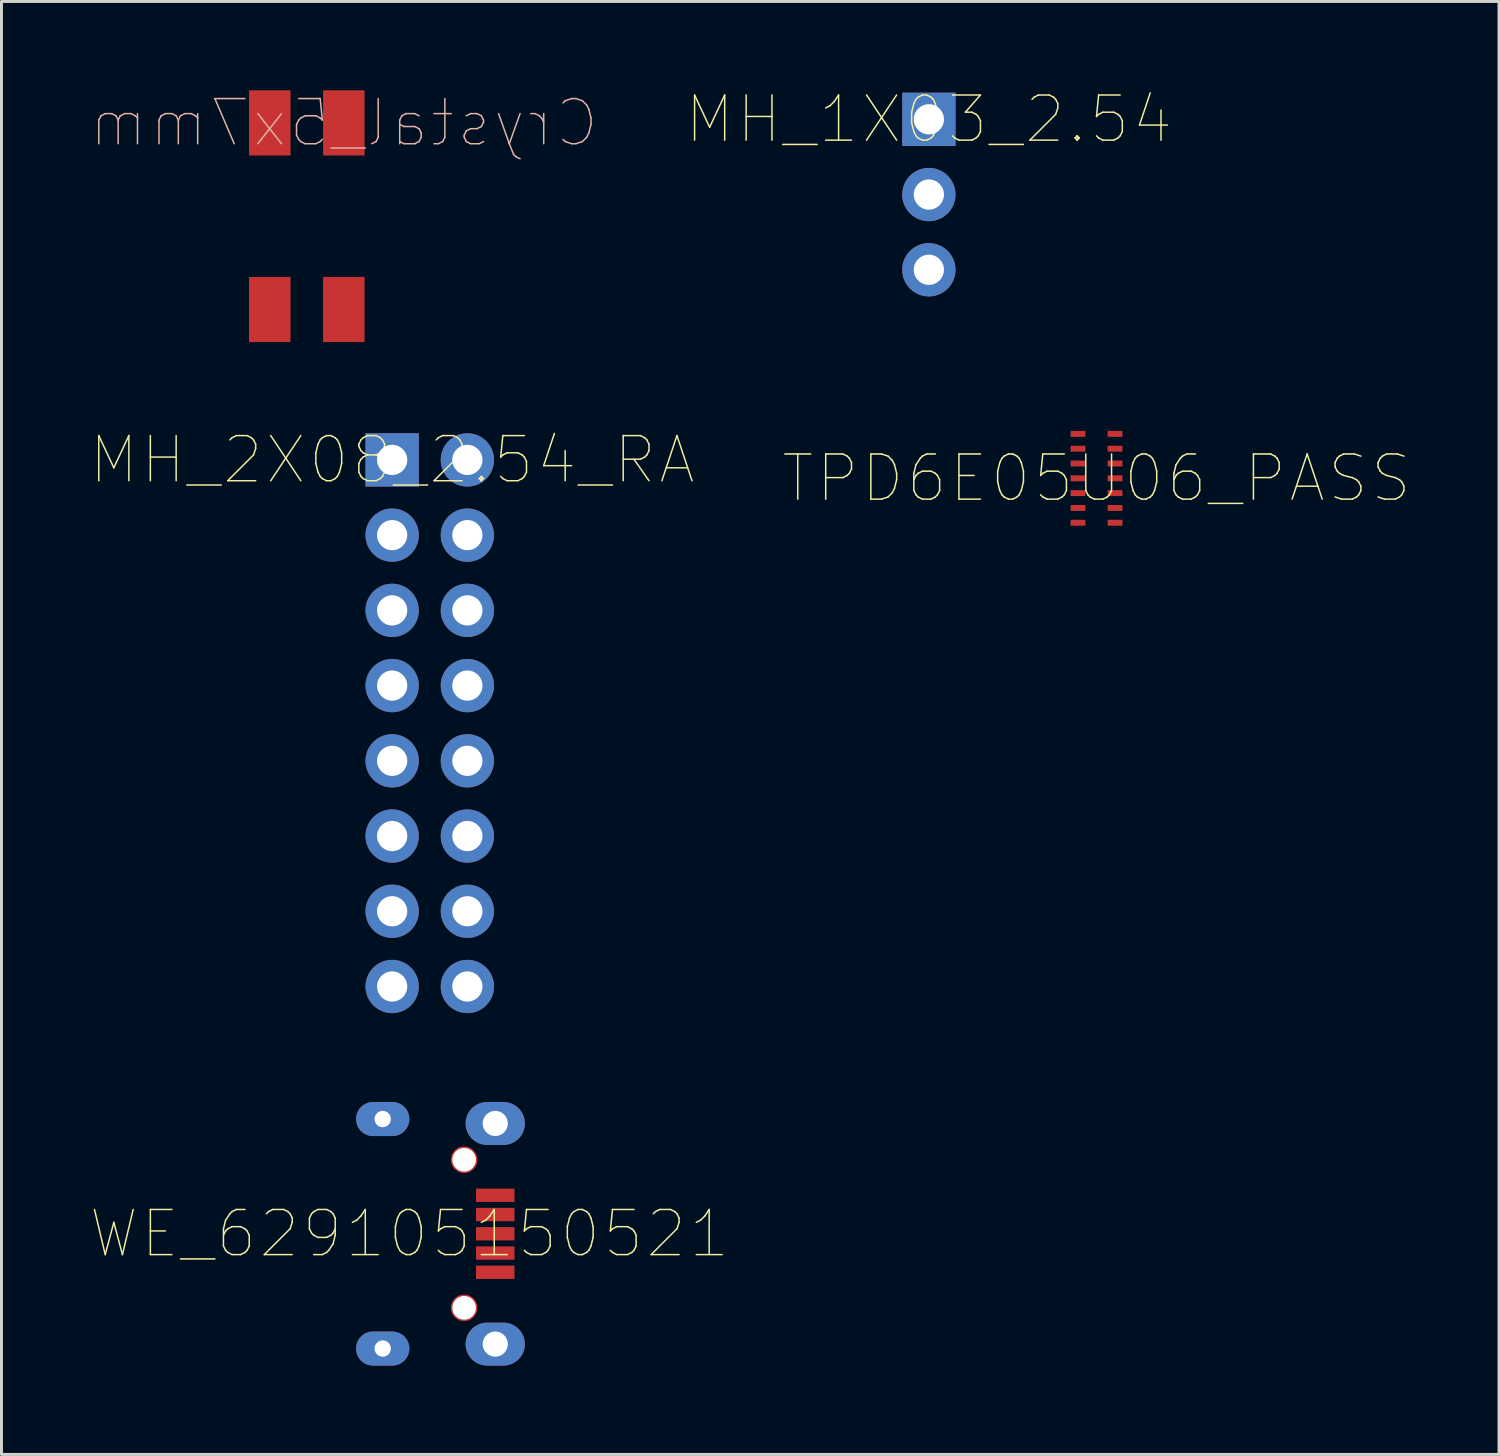
<source format=kicad_pcb>
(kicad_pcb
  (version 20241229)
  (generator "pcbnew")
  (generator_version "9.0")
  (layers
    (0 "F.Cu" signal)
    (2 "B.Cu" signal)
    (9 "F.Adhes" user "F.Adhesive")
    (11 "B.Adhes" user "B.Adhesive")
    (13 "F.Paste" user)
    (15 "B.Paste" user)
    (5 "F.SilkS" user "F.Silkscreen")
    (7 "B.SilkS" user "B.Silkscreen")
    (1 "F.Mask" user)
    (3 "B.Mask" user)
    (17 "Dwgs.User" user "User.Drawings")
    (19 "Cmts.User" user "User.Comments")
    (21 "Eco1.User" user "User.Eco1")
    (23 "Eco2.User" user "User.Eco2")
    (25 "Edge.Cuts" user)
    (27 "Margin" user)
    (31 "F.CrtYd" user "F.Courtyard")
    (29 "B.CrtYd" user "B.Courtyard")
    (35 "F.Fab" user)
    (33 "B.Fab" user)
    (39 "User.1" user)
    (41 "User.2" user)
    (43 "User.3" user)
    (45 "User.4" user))
  (footprint "TPD6E05U06_PASS"
    (layer "F.Cu")
    (at 33.974 13.1)
    (property "Reference" "TPD6E05U06_PASS" (at 0 0 0) (layer "F.SilkS") (effects (font (size 1.524 1.524) (thickness 0.05))))
    (attr smd)
    (pad "5" smd rect (at 0.625 -0.5 90) (size 0.2 0.5) (layers "F.Cu" "F.Mask" "F.Paste"))
    (pad "8" smd rect (at -0.625 -1.5 90) (size 0.2 0.5) (layers "F.Cu" "F.Mask" "F.Paste"))
    (pad "8" smd rect (at 0.625 -1.5 90) (size 0.2 0.5) (layers "F.Cu" "F.Mask" "F.Paste"))
    (pad "9" smd rect (at -0.625 -1 90) (size 0.2 0.5) (layers "F.Cu" "F.Mask" "F.Paste"))
    (pad "9" smd rect (at 0.625 -1 90) (size 0.2 0.5) (layers "F.Cu" "F.Mask" "F.Paste"))
    (pad "10" smd rect (at -0.625 -0.5 90) (size 0.2 0.5) (layers "F.Cu" "F.Mask" "F.Paste"))
    (pad "11" smd rect (at -0.625 0 90) (size 0.2 0.5) (layers "F.Cu" "F.Mask" "F.Paste"))
    (pad "11" smd rect (at 0.625 0 90) (size 0.2 0.5) (layers "F.Cu" "F.Mask" "F.Paste"))
    (pad "12" smd rect (at -0.625 0.5 90) (size 0.2 0.5) (layers "F.Cu" "F.Mask" "F.Paste"))
    (pad "12" smd rect (at 0.625 0.5 90) (size 0.2 0.5) (layers "F.Cu" "F.Mask" "F.Paste"))
    (pad "13" smd rect (at -0.625 1 90) (size 0.2 0.5) (layers "F.Cu" "F.Mask" "F.Paste"))
    (pad "13" smd rect (at 0.625 1 90) (size 0.2 0.5) (layers "F.Cu" "F.Mask" "F.Paste"))
    (pad "14" smd rect (at -0.625 1.5 90) (size 0.2 0.5) (layers "F.Cu" "F.Mask" "F.Paste"))
    (pad "14" smd rect (at 0.625 1.5 90) (size 0.2 0.5) (layers "F.Cu" "F.Mask" "F.Paste")))
  (footprint "WE_629105150521"
    (layer "F.Cu")
    (at 10.772 38.609)
    (property "Reference" "WE_629105150521" (at 0 0 0) (layer "F.SilkS") (effects (font (size 1.524 1.524) (thickness 0.05))))
    (attr smd)
    (pad "" np_thru_hole circle (at 1.85 -2.5 270) (size 0.9 0.9) (drill 0.8) (layers "*.Mask" "F.Cu"))
    (pad "" np_thru_hole circle (at 1.85 2.5 270) (size 0.9 0.9) (drill 0.8) (layers "*.Mask" "F.Cu"))
    (pad "1" smd rect (at 2.9 -1.3 270) (size 0.45 1.3) (layers "F.Cu" "F.Mask" "F.Paste"))
    (pad "2" smd rect (at 2.9 -0.65 270) (size 0.45 1.3) (layers "F.Cu" "F.Mask" "F.Paste"))
    (pad "3" smd rect (at 2.9 0 270) (size 0.45 1.3) (layers "F.Cu" "F.Mask" "F.Paste"))
    (pad "4" smd rect (at 2.9 0.65 270) (size 0.45 1.3) (layers "F.Cu" "F.Mask" "F.Paste"))
    (pad "5" smd rect (at 2.9 1.3 270) (size 0.45 1.3) (layers "F.Cu" "F.Mask" "F.Paste"))
    (pad "S" thru_hole oval (at -0.9 -3.875 270) (size 1.15 1.8) (drill 0.55) (layers "*.Cu" "*.Mask"))
    (pad "S" thru_hole oval (at -0.9 3.875 270) (size 1.15 1.8) (drill 0.55) (layers "*.Cu" "*.Mask"))
    (pad "S" thru_hole oval (at 2.9 -3.725 270) (size 1.45 2) (drill 0.85) (layers "*.Cu" "*.Mask"))
    (pad "S" thru_hole oval (at 2.9 3.725 270) (size 1.45 2) (drill 0.85) (layers "*.Cu" "*.Mask")))
  (footprint "Crystal_5x7mm"
    (layer "F.Cu")
    (at 8.559 1.1)
    (property "Reference" "Crystal_5x7mm" (at 0 0 0) (layer "B.SilkS") (effects (font (size 1.524 1.524) (thickness 0.05)) (justify mirror)))
    (attr smd)
    (pad "1" smd rect (at -2.5 0 270) (size 2.2 1.4) (layers "F.Cu" "F.Mask" "F.Paste"))
    (pad "2" smd rect (at -2.5 6.3 270) (size 2.2 1.4) (layers "F.Cu" "F.Mask" "F.Paste"))
    (pad "3" smd rect (at 0 6.3 270) (size 2.2 1.4) (layers "F.Cu" "F.Mask" "F.Paste"))
    (pad "4" smd rect (at 0 0 270) (size 2.2 1.4) (layers "F.Cu" "F.Mask" "F.Paste")))
  (footprint "MH_1X03_2.54"
    (layer "F.Cu")
    (at 28.313 0.979)
    (property "Reference" "MH_1X03_2.54" (at 0 0 0) (layer "F.SilkS") (effects (font (size 1.524 1.524) (thickness 0.05))))
    (attr smd)
    (pad "1" thru_hole rect (at 0 0 270) (size 1.8 1.8) (drill 1.02) (layers "*.Cu" "*.Paste" "*.Mask"))
    (pad "2" thru_hole circle (at 0 2.54 270) (size 1.8 1.8) (drill 1.02) (layers "*.Cu" "*.Paste" "*.Mask"))
    (pad "3" thru_hole circle (at 0 5.08 270) (size 1.8 1.8) (drill 1.02) (layers "*.Cu" "*.Paste" "*.Mask")))
  (footprint "MH_2X08_2.54_RA"
    (layer "F.Cu")
    (at 10.191 12.479)
    (property "Reference" "MH_2X08_2.54_RA" (at 0 0 0) (layer "F.SilkS") (effects (font (size 1.524 1.524) (thickness 0.05))))
    (attr smd)
    (pad "1" thru_hole rect (at 0 0 270) (size 1.8 1.8) (drill 1.02) (layers "*.Cu" "*.Paste" "*.Mask"))
    (pad "2" thru_hole circle (at 2.54 0 270) (size 1.8 1.8) (drill 1.02) (layers "*.Cu" "*.Paste" "*.Mask"))
    (pad "3" thru_hole circle (at 0 2.54 270) (size 1.8 1.8) (drill 1.02) (layers "*.Cu" "*.Paste" "*.Mask"))
    (pad "4" thru_hole circle (at 2.54 2.54 270) (size 1.8 1.8) (drill 1.02) (layers "*.Cu" "*.Paste" "*.Mask"))
    (pad "5" thru_hole circle (at 0 5.08 270) (size 1.8 1.8) (drill 1.02) (layers "*.Cu" "*.Paste" "*.Mask"))
    (pad "6" thru_hole circle (at 2.54 5.08 270) (size 1.8 1.8) (drill 1.02) (layers "*.Cu" "*.Paste" "*.Mask"))
    (pad "7" thru_hole circle (at 0 7.62 270) (size 1.8 1.8) (drill 1.02) (layers "*.Cu" "*.Paste" "*.Mask"))
    (pad "8" thru_hole circle (at 2.54 7.62 270) (size 1.8 1.8) (drill 1.02) (layers "*.Cu" "*.Paste" "*.Mask"))
    (pad "9" thru_hole circle (at 0 10.16 270) (size 1.8 1.8) (drill 1.02) (layers "*.Cu" "*.Paste" "*.Mask"))
    (pad "10" thru_hole circle (at 2.54 10.16 270) (size 1.8 1.8) (drill 1.02) (layers "*.Cu" "*.Paste" "*.Mask"))
    (pad "11" thru_hole circle (at 0 12.7 270) (size 1.8 1.8) (drill 1.02) (layers "*.Cu" "*.Paste" "*.Mask"))
    (pad "12" thru_hole circle (at 2.54 12.7 270) (size 1.8 1.8) (drill 1.02) (layers "*.Cu" "*.Paste" "*.Mask"))
    (pad "13" thru_hole circle (at 0 15.24 270) (size 1.8 1.8) (drill 1.02) (layers "*.Cu" "*.Paste" "*.Mask"))
    (pad "14" thru_hole circle (at 2.54 15.24 270) (size 1.8 1.8) (drill 1.02) (layers "*.Cu" "*.Paste" "*.Mask"))
    (pad "15" thru_hole circle (at 0 17.78 270) (size 1.8 1.8) (drill 1.02) (layers "*.Cu" "*.Paste" "*.Mask"))
    (pad "16" thru_hole circle (at 2.54 17.78 270) (size 1.8 1.8) (drill 1.02) (layers "*.Cu" "*.Paste" "*.Mask")))
  (gr_rect
    (start -3 -3)
    (end 47.564 46.059)
    (stroke (width 0.1) (type default))
    (fill no)
    (layer "Edge.Cuts")))
</source>
